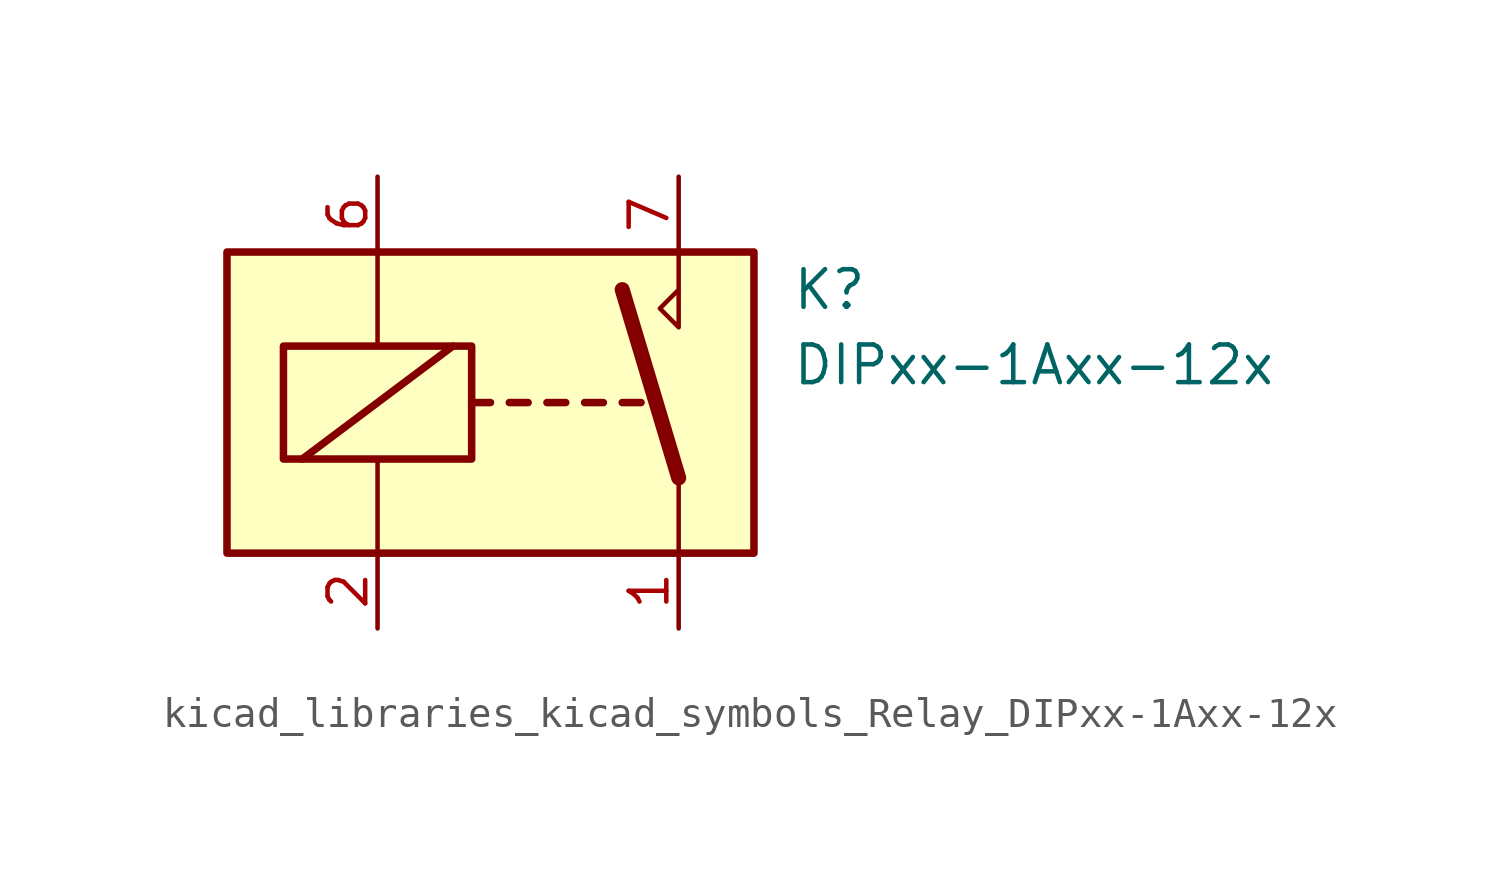
<source format=kicad_sym>
(kicad_symbol_lib
  (version 20220914)
  (generator kicad_symbol_editor)
  (symbol "kicad_libraries_kicad_symbols_Relay_DIPxx-1Axx-12x"
    (property "Reference" "K"
      (at 8.89 3.81 0)
      (effects (font (size 1.27 1.27)) (justify left)))
    (property "Value" "DIPxx-1Axx-12x"
      (at 8.89 1.27 0)
      (effects (font (size 1.27 1.27)) (justify left)))
    (symbol "kicad_libraries_kicad_symbols_Relay_DIPxx-1Axx-12x_0_0"
      (polyline (pts (xy 5.08 5.08) (xy 5.08 2.54) (xy 4.445 3.175) (xy 5.08 3.81)) (stroke (width 0) (type default)) (fill (type none))))
    (symbol "kicad_libraries_kicad_symbols_Relay_DIPxx-1Axx-12x_0_1"
      (rectangle (start -10.16 5.08) (end 7.62 -5.08) (stroke (width 0.254) (type default)) (fill (type background)))
      (rectangle (start -8.255 1.905) (end -1.905 -1.905) (stroke (width 0.254) (type default)) (fill (type none)))
      (polyline (pts (xy -7.62 -1.905) (xy -2.54 1.905)) (stroke (width 0.254) (type default)) (fill (type none)))
      (polyline (pts (xy -5.08 -5.08) (xy -5.08 -1.905)) (stroke (width 0) (type default)) (fill (type none)))
      (polyline (pts (xy -5.08 5.08) (xy -5.08 1.905)) (stroke (width 0) (type default)) (fill (type none)))
      (polyline (pts (xy -1.905 0) (xy -1.27 0)) (stroke (width 0.254) (type default)) (fill (type none)))
      (polyline (pts (xy -0.635 0) (xy 0 0)) (stroke (width 0.254) (type default)) (fill (type none)))
      (polyline (pts (xy 0.635 0) (xy 1.27 0)) (stroke (width 0.254) (type default)) (fill (type none)))
      (polyline (pts (xy 1.905 0) (xy 2.54 0)) (stroke (width 0.254) (type default)) (fill (type none)))
      (polyline (pts (xy 3.175 0) (xy 3.81 0)) (stroke (width 0.254) (type default)) (fill (type none)))
      (polyline (pts (xy 5.08 -2.54) (xy 3.175 3.81)) (stroke (width 0.508) (type default)) (fill (type none)))
      (polyline (pts (xy 5.08 -2.54) (xy 5.08 -5.08)) (stroke (width 0) (type default)) (fill (type none))))
    (symbol "kicad_libraries_kicad_symbols_Relay_DIPxx-1Axx-12x_1_1"
      (pin passive line (at 5.08 -7.62 90) (length 2.54) (name "~" (effects (font (size 1.27 1.27)))) (number "1" (effects (font (size 1.27 1.27)))))
      (pin passive line (at -5.08 -7.62 90) (length 2.54) hide (name "~" (effects (font (size 1.27 1.27)))) (number "13" (effects (font (size 1.27 1.27)))))
      (pin passive line (at 5.08 -7.62 90) (length 2.54) hide (name "~" (effects (font (size 1.27 1.27)))) (number "14" (effects (font (size 1.27 1.27)))))
      (pin passive line (at -5.08 -7.62 90) (length 2.54) (name "~" (effects (font (size 1.27 1.27)))) (number "2" (effects (font (size 1.27 1.27)))))
      (pin passive line (at -5.08 7.62 270) (length 2.54) (name "~" (effects (font (size 1.27 1.27)))) (number "6" (effects (font (size 1.27 1.27)))))
      (pin passive line (at 5.08 7.62 270) (length 2.54) (name "~" (effects (font (size 1.27 1.27)))) (number "7" (effects (font (size 1.27 1.27)))))
      (pin passive line (at 5.08 7.62 270) (length 2.54) hide (name "~" (effects (font (size 1.27 1.27)))) (number "8" (effects (font (size 1.27 1.27))))))))
</source>
